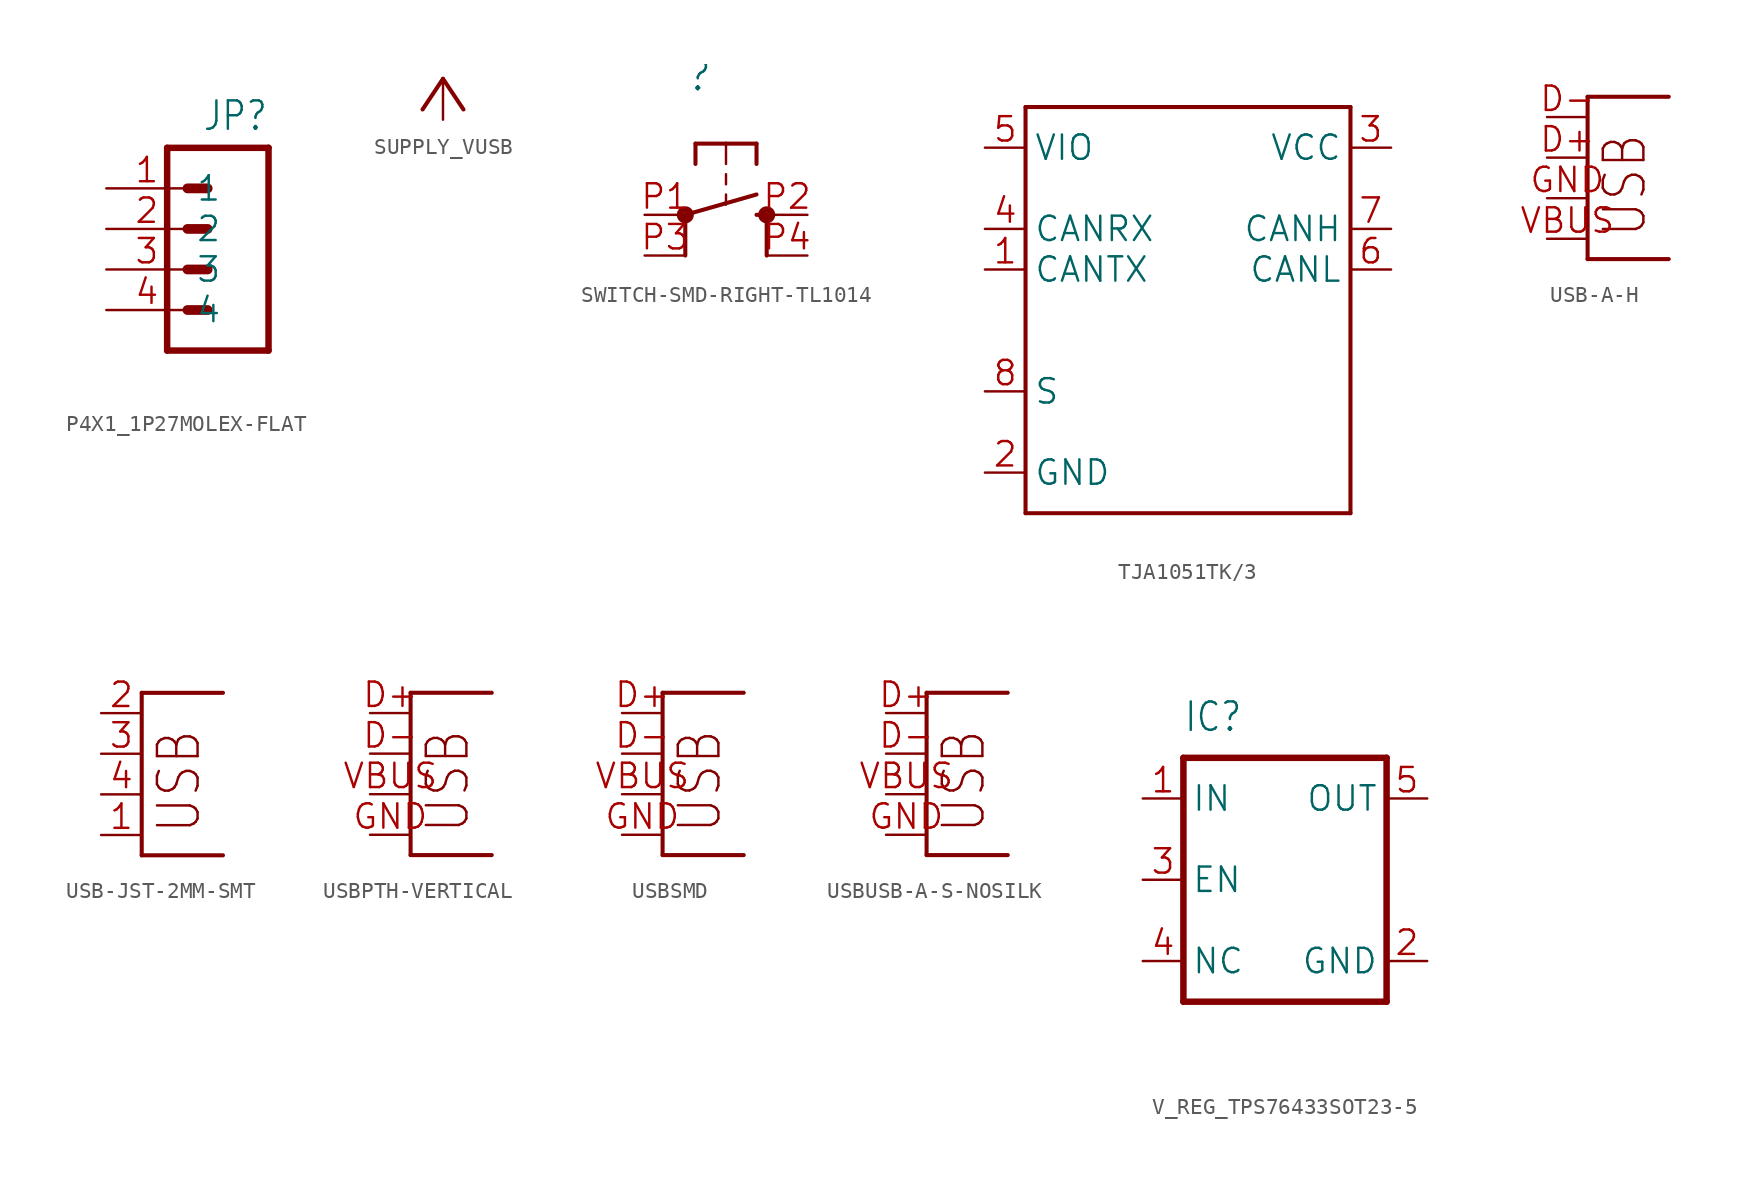
<source format=kicad_sym>
(kicad_symbol_lib
  (version 20241209)
  (generator "kicad_symbol_editor")
  (generator_version "9.0")
  (symbol "P4X1_1P27MOLEX-FLAT"
    (property "Reference" "JP"
      (at 0 5.588 0)
      (effects (font (size 1.778 1.511)) (justify right top)))
    (property "Value" ""
      (at 0 -11.43 0)
      (effects (font (size 1.778 1.511)) (justify right top)))
    (property "ki_locked" ""
      (at 0 0 0)
      (effects (font (size 1.27 1.27))))
    (symbol "P4X1_1P27MOLEX-FLAT_1_0"
      (polyline (pts (xy -6.35 2.54) (xy -6.35 -10.16)) (stroke (width 0.406) (type solid)) (fill (type none)))
      (polyline (pts (xy -6.35 2.54) (xy 0 2.54)) (stroke (width 0.406) (type solid)) (fill (type none)))
      (polyline (pts (xy -3.81 0) (xy -5.08 0)) (stroke (width 0.61) (type solid)) (fill (type none)))
      (polyline (pts (xy -3.81 -2.54) (xy -5.08 -2.54)) (stroke (width 0.61) (type solid)) (fill (type none)))
      (polyline (pts (xy -3.81 -5.08) (xy -5.08 -5.08)) (stroke (width 0.61) (type solid)) (fill (type none)))
      (polyline (pts (xy -3.81 -7.62) (xy -5.08 -7.62)) (stroke (width 0.61) (type solid)) (fill (type none)))
      (polyline (pts (xy 0 -10.16) (xy -6.35 -10.16)) (stroke (width 0.406) (type solid)) (fill (type none)))
      (polyline (pts (xy 0 -10.16) (xy 0 2.54)) (stroke (width 0.406) (type solid)) (fill (type none)))
      (pin passive line (at -10.16 0 0) (length 5.08) (name "1" (effects (font (size 1.524 1.524)))) (number "1" (effects (font (size 1.524 1.524)))))
      (pin passive line (at -10.16 -2.54 0) (length 5.08) (name "2" (effects (font (size 1.524 1.524)))) (number "2" (effects (font (size 1.524 1.524)))))
      (pin passive line (at -10.16 -5.08 0) (length 5.08) (name "3" (effects (font (size 1.524 1.524)))) (number "3" (effects (font (size 1.524 1.524)))))
      (pin passive line (at -10.16 -7.62 0) (length 5.08) (name "4" (effects (font (size 1.524 1.524)))) (number "4" (effects (font (size 1.524 1.524)))))))
  (symbol "SUPPLY_VUSB"
    (power)
    (property "Reference" "#VUSB"
      (at 0 0 0)
      (effects (font (size 1.27 1.27)) (hide yes)))
    (property "Value" ""
      (at 0 2.54 0)
      (effects (font (size 1.778 1.511)) (justify left bottom)))
    (property "ki_locked" ""
      (at 0 0 0)
      (effects (font (size 1.27 1.27))))
    (symbol "SUPPLY_VUSB_1_0"
      (polyline (pts (xy 0 2.54) (xy -1.27 0.635)) (stroke (width 0.254) (type solid)) (fill (type none)))
      (polyline (pts (xy 1.27 0.635) (xy 0 2.54)) (stroke (width 0.254) (type solid)) (fill (type none)))
      (pin power_in line (at 0 0 90) (length 2.54) (name "VUSB" (effects (font (size 0 0)))) (number "1" (effects (font (size 0 0)))))))
  (symbol "SWITCH-SMD-RIGHT-TL1014"
    (property "Reference" ""
      (at -2.54 5.08 0)
      (effects (font (size 1.778 1.778)) (justify left bottom)))
    (property "Value" ""
      (at -2.54 2.54 0)
      (effects (font (size 1.778 1.778)) (justify left bottom)))
    (property "ki_locked" ""
      (at 0 0 0)
      (effects (font (size 1.27 1.27))))
    (symbol "SWITCH-SMD-RIGHT-TL1014_1_0"
      (circle (center -2.54 -2.54) (radius 0.127) (stroke (width 0.406) (type solid)) (fill (type none)))
      (polyline (pts (xy -2.54 -2.54) (xy -2.54 -5.08)) (stroke (width 0.254) (type solid)) (fill (type none)))
      (polyline (pts (xy -2.54 -2.54) (xy 1.905 -1.27)) (stroke (width 0.254) (type solid)) (fill (type none)))
      (polyline (pts (xy -1.905 1.905) (xy -1.905 0.635)) (stroke (width 0.254) (type solid)) (fill (type none)))
      (polyline (pts (xy 0 1.905) (xy -1.905 1.905)) (stroke (width 0.254) (type solid)) (fill (type none)))
      (polyline (pts (xy 0 1.905) (xy 0 0.635)) (stroke (width 0.152) (type solid)) (fill (type none)))
      (polyline (pts (xy 0 0) (xy 0 -0.635)) (stroke (width 0.152) (type solid)) (fill (type none)))
      (polyline (pts (xy 0 -1.27) (xy 0 -1.905)) (stroke (width 0.152) (type solid)) (fill (type none)))
      (polyline (pts (xy 1.905 1.905) (xy 0 1.905)) (stroke (width 0.254) (type solid)) (fill (type none)))
      (polyline (pts (xy 1.905 1.905) (xy 1.905 0.635)) (stroke (width 0.254) (type solid)) (fill (type none)))
      (polyline (pts (xy 1.905 -2.54) (xy 2.54 -2.54)) (stroke (width 0.254) (type solid)) (fill (type none)))
      (polyline (pts (xy 2.54 -2.54) (xy 2.54 -5.08)) (stroke (width 0.254) (type solid)) (fill (type none)))
      (circle (center 2.54 -2.54) (radius 0.127) (stroke (width 0.406) (type solid)) (fill (type none)))
      (pin passive line (at -5.08 -2.54 0) (length 2.54) (name "3" (effects (font (size 0 0)))) (number "P1" (effects (font (size 1.524 1.524)))))
      (pin passive line (at -5.08 -5.08 0) (length 2.54) (name "4" (effects (font (size 0 0)))) (number "P3" (effects (font (size 1.524 1.524)))))
      (pin passive line (at 5.08 -2.54 180) (length 2.54) (name "1" (effects (font (size 0 0)))) (number "P2" (effects (font (size 1.524 1.524)))))
      (pin passive line (at 5.08 -5.08 180) (length 2.54) (name "2" (effects (font (size 0 0)))) (number "P4" (effects (font (size 1.524 1.524)))))))
  (symbol "TJA1051TK/3"
    (property "Reference" ""
      (at -10.16 13.97 0)
      (effects (font (size 1.778 1.511)) (justify left bottom) (hide yes)))
    (property "ki_locked" ""
      (at 0 0 0)
      (effects (font (size 1.27 1.27))))
    (symbol "TJA1051TK/3_1_0"
      (polyline (pts (xy -10.16 12.7) (xy -10.16 -12.7)) (stroke (width 0.254) (type solid)) (fill (type none)))
      (polyline (pts (xy -10.16 -12.7) (xy 10.16 -12.7)) (stroke (width 0.254) (type solid)) (fill (type none)))
      (polyline (pts (xy 10.16 12.7) (xy -10.16 12.7)) (stroke (width 0.254) (type solid)) (fill (type none)))
      (polyline (pts (xy 10.16 -12.7) (xy 10.16 12.7)) (stroke (width 0.254) (type solid)) (fill (type none)))
      (pin power_in line (at -12.7 10.16 0) (length 2.54) (name "VIO" (effects (font (size 1.524 1.524)))) (number "5" (effects (font (size 1.524 1.524)))))
      (pin output line (at -12.7 5.08 0) (length 2.54) (name "CANRX" (effects (font (size 1.524 1.524)))) (number "4" (effects (font (size 1.524 1.524)))))
      (pin input line (at -12.7 2.54 0) (length 2.54) (name "CANTX" (effects (font (size 1.524 1.524)))) (number "1" (effects (font (size 1.524 1.524)))))
      (pin input line (at -12.7 -5.08 0) (length 2.54) (name "S" (effects (font (size 1.524 1.524)))) (number "8" (effects (font (size 1.524 1.524)))))
      (pin power_in line (at -12.7 -10.16 0) (length 2.54) (name "GND" (effects (font (size 1.524 1.524)))) (number "2" (effects (font (size 1.524 1.524)))))
      (pin power_in line (at 12.7 10.16 180) (length 2.54) (name "VCC" (effects (font (size 1.524 1.524)))) (number "3" (effects (font (size 1.524 1.524)))))
      (pin bidirectional line (at 12.7 5.08 180) (length 2.54) (name "CANH" (effects (font (size 1.524 1.524)))) (number "7" (effects (font (size 1.524 1.524)))))
      (pin bidirectional line (at 12.7 2.54 180) (length 2.54) (name "CANL" (effects (font (size 1.524 1.524)))) (number "6" (effects (font (size 1.524 1.524)))))))
  (symbol "USB-A-H"
    (property "Reference" "X"
      (at 0 0 0)
      (effects (font (size 1.27 1.27)) (hide yes)))
    (property "ki_locked" ""
      (at 0 0 0)
      (effects (font (size 1.27 1.27))))
    (symbol "USB-A-H_1_0"
      (polyline (pts (xy 0 8.89) (xy 0 -1.27)) (stroke (width 0.254) (type solid)) (fill (type none)))
      (polyline (pts (xy 0 -1.27) (xy 5.08 -1.27)) (stroke (width 0.254) (type solid)) (fill (type none)))
      (polyline (pts (xy 5.08 8.89) (xy 0 8.89)) (stroke (width 0.254) (type solid)) (fill (type none)))
      (text "USB" (at 3.81 0 900) (effects (font (size 2.54 2.159)) (justify left bottom)))
      (pin bidirectional line (at -2.54 7.62 0) (length 2.54) (name "D+" (effects (font (size 0 0)))) (number "D-" (effects (font (size 1.524 1.524)))))
      (pin bidirectional line (at -2.54 5.08 0) (length 2.54) (name "D-" (effects (font (size 0 0)))) (number "D+" (effects (font (size 1.524 1.524)))))
      (pin bidirectional line (at -2.54 2.54 0) (length 2.54) (name "VBUS" (effects (font (size 0 0)))) (number "GND" (effects (font (size 1.524 1.524)))))
      (pin bidirectional line (at -2.54 0 0) (length 2.54) (name "GND" (effects (font (size 0 0)))) (number "VBUS" (effects (font (size 1.524 1.524)))))))
  (symbol "USB-JST-2MM-SMT"
    (property "Reference" "X"
      (at 0 0 0)
      (effects (font (size 1.27 1.27)) (hide yes)))
    (property "ki_locked" ""
      (at 0 0 0)
      (effects (font (size 1.27 1.27))))
    (symbol "USB-JST-2MM-SMT_1_0"
      (polyline (pts (xy 0 8.89) (xy 0 -1.27)) (stroke (width 0.254) (type solid)) (fill (type none)))
      (polyline (pts (xy 0 -1.27) (xy 5.08 -1.27)) (stroke (width 0.254) (type solid)) (fill (type none)))
      (polyline (pts (xy 5.08 8.89) (xy 0 8.89)) (stroke (width 0.254) (type solid)) (fill (type none)))
      (text "USB" (at 3.81 0 900) (effects (font (size 2.54 2.159)) (justify left bottom)))
      (pin bidirectional line (at -2.54 7.62 0) (length 2.54) (name "D+" (effects (font (size 0 0)))) (number "2" (effects (font (size 1.524 1.524)))))
      (pin bidirectional line (at -2.54 5.08 0) (length 2.54) (name "D-" (effects (font (size 0 0)))) (number "3" (effects (font (size 1.524 1.524)))))
      (pin bidirectional line (at -2.54 2.54 0) (length 2.54) (name "VBUS" (effects (font (size 0 0)))) (number "4" (effects (font (size 1.524 1.524)))))
      (pin bidirectional line (at -2.54 0 0) (length 2.54) (name "GND" (effects (font (size 0 0)))) (number "1" (effects (font (size 1.524 1.524)))))))
  (symbol "USBPTH-VERTICAL"
    (property "Reference" "X"
      (at 0 0 0)
      (effects (font (size 1.27 1.27)) (hide yes)))
    (property "ki_locked" ""
      (at 0 0 0)
      (effects (font (size 1.27 1.27))))
    (symbol "USBPTH-VERTICAL_1_0"
      (polyline (pts (xy 0 8.89) (xy 0 -1.27)) (stroke (width 0.254) (type solid)) (fill (type none)))
      (polyline (pts (xy 0 -1.27) (xy 5.08 -1.27)) (stroke (width 0.254) (type solid)) (fill (type none)))
      (polyline (pts (xy 5.08 8.89) (xy 0 8.89)) (stroke (width 0.254) (type solid)) (fill (type none)))
      (text "USB" (at 3.81 0 900) (effects (font (size 2.54 2.159)) (justify left bottom)))
      (pin bidirectional line (at -2.54 7.62 0) (length 2.54) (name "D+" (effects (font (size 0 0)))) (number "D+" (effects (font (size 1.524 1.524)))))
      (pin bidirectional line (at -2.54 5.08 0) (length 2.54) (name "D-" (effects (font (size 0 0)))) (number "D-" (effects (font (size 1.524 1.524)))))
      (pin bidirectional line (at -2.54 2.54 0) (length 2.54) (name "VBUS" (effects (font (size 0 0)))) (number "VBUS" (effects (font (size 1.524 1.524)))))
      (pin bidirectional line (at -2.54 0 0) (length 2.54) (name "GND" (effects (font (size 0 0)))) (number "GND" (effects (font (size 1.524 1.524)))))))
  (symbol "USBSMD"
    (property "Reference" "X"
      (at 0 0 0)
      (effects (font (size 1.27 1.27)) (hide yes)))
    (property "ki_locked" ""
      (at 0 0 0)
      (effects (font (size 1.27 1.27))))
    (symbol "USBSMD_1_0"
      (polyline (pts (xy 0 8.89) (xy 0 -1.27)) (stroke (width 0.254) (type solid)) (fill (type none)))
      (polyline (pts (xy 0 -1.27) (xy 5.08 -1.27)) (stroke (width 0.254) (type solid)) (fill (type none)))
      (polyline (pts (xy 5.08 8.89) (xy 0 8.89)) (stroke (width 0.254) (type solid)) (fill (type none)))
      (text "USB" (at 3.81 0 900) (effects (font (size 2.54 2.159)) (justify left bottom)))
      (pin bidirectional line (at -2.54 7.62 0) (length 2.54) (name "D+" (effects (font (size 0 0)))) (number "D+" (effects (font (size 1.524 1.524)))))
      (pin bidirectional line (at -2.54 5.08 0) (length 2.54) (name "D-" (effects (font (size 0 0)))) (number "D-" (effects (font (size 1.524 1.524)))))
      (pin bidirectional line (at -2.54 2.54 0) (length 2.54) (name "VBUS" (effects (font (size 0 0)))) (number "VBUS" (effects (font (size 1.524 1.524)))))
      (pin bidirectional line (at -2.54 0 0) (length 2.54) (name "GND" (effects (font (size 0 0)))) (number "GND" (effects (font (size 1.524 1.524)))))))
  (symbol "USBUSB-A-S-NOSILK"
    (property "Reference" "X"
      (at 0 0 0)
      (effects (font (size 1.27 1.27)) (hide yes)))
    (property "ki_locked" ""
      (at 0 0 0)
      (effects (font (size 1.27 1.27))))
    (symbol "USBUSB-A-S-NOSILK_1_0"
      (polyline (pts (xy 0 8.89) (xy 0 -1.27)) (stroke (width 0.254) (type solid)) (fill (type none)))
      (polyline (pts (xy 0 -1.27) (xy 5.08 -1.27)) (stroke (width 0.254) (type solid)) (fill (type none)))
      (polyline (pts (xy 5.08 8.89) (xy 0 8.89)) (stroke (width 0.254) (type solid)) (fill (type none)))
      (text "USB" (at 3.81 0 900) (effects (font (size 2.54 2.159)) (justify left bottom)))
      (pin bidirectional line (at -2.54 7.62 0) (length 2.54) (name "D+" (effects (font (size 0 0)))) (number "D+" (effects (font (size 1.524 1.524)))))
      (pin bidirectional line (at -2.54 5.08 0) (length 2.54) (name "D-" (effects (font (size 0 0)))) (number "D-" (effects (font (size 1.524 1.524)))))
      (pin bidirectional line (at -2.54 2.54 0) (length 2.54) (name "VBUS" (effects (font (size 0 0)))) (number "VBUS" (effects (font (size 1.524 1.524)))))
      (pin bidirectional line (at -2.54 0 0) (length 2.54) (name "GND" (effects (font (size 0 0)))) (number "GND" (effects (font (size 1.524 1.524)))))))
  (symbol "V_REG_TPS76433SOT23-5"
    (property "Reference" "IC"
      (at -7.62 9.144 0)
      (effects (font (size 1.778 1.511)) (justify left bottom)))
    (property "Value" ""
      (at -7.366 -10.922 0)
      (effects (font (size 1.778 1.511)) (justify left bottom)))
    (property "ki_locked" ""
      (at 0 0 0)
      (effects (font (size 1.27 1.27))))
    (symbol "V_REG_TPS76433SOT23-5_1_0"
      (polyline (pts (xy -7.62 7.62) (xy -7.62 -7.62)) (stroke (width 0.406) (type solid)) (fill (type none)))
      (polyline (pts (xy -7.62 -7.62) (xy 5.08 -7.62)) (stroke (width 0.406) (type solid)) (fill (type none)))
      (polyline (pts (xy 5.08 7.62) (xy -7.62 7.62)) (stroke (width 0.406) (type solid)) (fill (type none)))
      (polyline (pts (xy 5.08 -7.62) (xy 5.08 7.62)) (stroke (width 0.406) (type solid)) (fill (type none)))
      (pin power_in line (at -10.16 5.08 0) (length 2.54) (name "IN" (effects (font (size 1.524 1.524)))) (number "1" (effects (font (size 1.524 1.524)))))
      (pin input line (at -10.16 0 0) (length 2.54) (name "EN" (effects (font (size 1.524 1.524)))) (number "3" (effects (font (size 1.524 1.524)))))
      (pin passive line (at -10.16 -5.08 0) (length 2.54) (name "NC" (effects (font (size 1.524 1.524)))) (number "4" (effects (font (size 1.524 1.524)))))
      (pin output line (at 7.62 5.08 180) (length 2.54) (name "OUT" (effects (font (size 1.524 1.524)))) (number "5" (effects (font (size 1.524 1.524)))))
      (pin power_in line (at 7.62 -5.08 180) (length 2.54) (name "GND" (effects (font (size 1.524 1.524)))) (number "2" (effects (font (size 1.524 1.524))))))))
</source>
